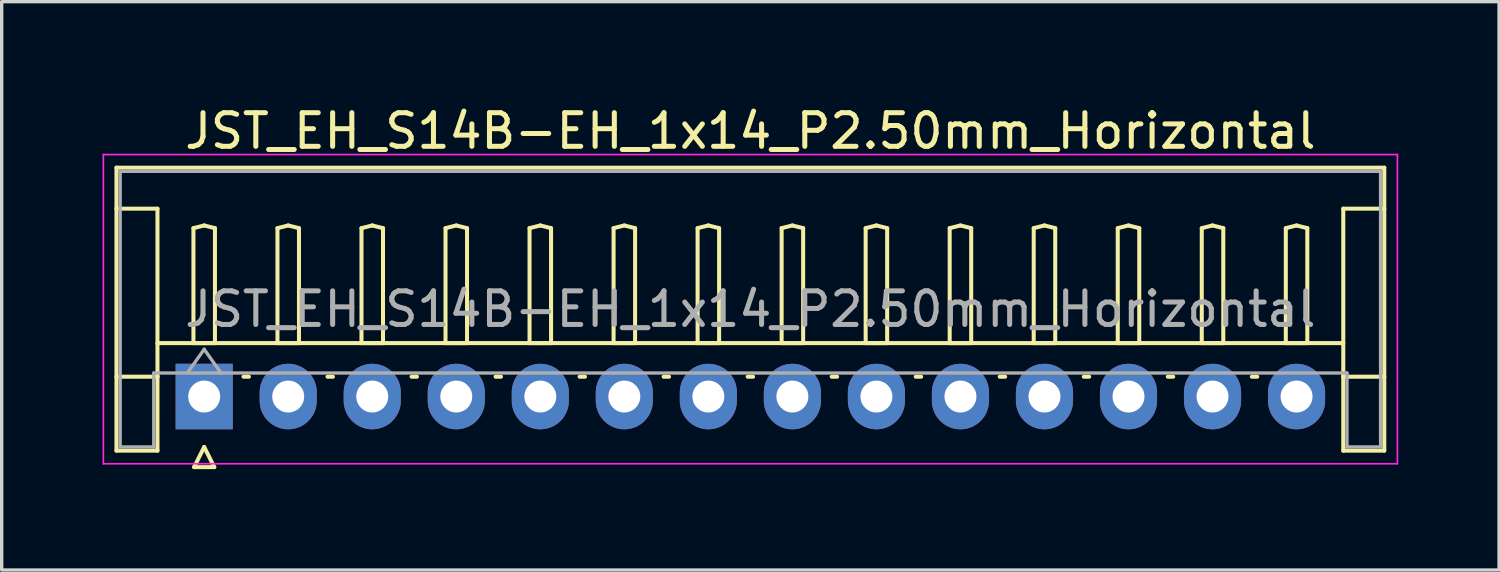
<source format=kicad_pcb>
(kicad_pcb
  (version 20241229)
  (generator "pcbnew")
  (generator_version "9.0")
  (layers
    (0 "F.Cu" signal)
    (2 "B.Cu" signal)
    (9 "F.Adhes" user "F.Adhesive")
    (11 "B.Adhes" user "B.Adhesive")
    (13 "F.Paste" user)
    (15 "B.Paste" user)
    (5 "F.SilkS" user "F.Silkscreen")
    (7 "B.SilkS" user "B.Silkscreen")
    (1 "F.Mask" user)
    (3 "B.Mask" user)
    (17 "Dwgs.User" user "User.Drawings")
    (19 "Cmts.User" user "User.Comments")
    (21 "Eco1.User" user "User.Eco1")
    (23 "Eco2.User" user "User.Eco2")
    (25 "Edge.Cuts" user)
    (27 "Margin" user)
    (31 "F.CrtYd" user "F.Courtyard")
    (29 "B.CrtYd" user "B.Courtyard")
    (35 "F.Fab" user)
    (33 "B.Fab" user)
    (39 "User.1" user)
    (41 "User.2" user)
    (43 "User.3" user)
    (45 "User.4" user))
  (footprint "JST_EH_S14B-EH_1x14_P2.50mm_Horizontal"
    (layer "F.Cu")
    (at 3.025 8.748)
    (property "Reference" "JST_EH_S14B-EH_1x14_P2.50mm_Horizontal" (at 16.25 -7.9 0) (layer "F.SilkS") (effects (font (size 1 1) (thickness 0.15))))
    (attr through_hole)
    (fp_line (start -2.61 -6.81) (end 35.11 -6.81) (stroke (width 0.12) (type solid)) (layer "F.SilkS"))
    (fp_line (start -2.61 -5.59) (end -1.39 -5.59) (stroke (width 0.12) (type solid)) (layer "F.SilkS"))
    (fp_line (start -2.61 1.61) (end -2.61 -6.81) (stroke (width 0.12) (type solid)) (layer "F.SilkS"))
    (fp_line (start -1.39 -5.59) (end -1.39 -0.59) (stroke (width 0.12) (type solid)) (layer "F.SilkS"))
    (fp_line (start -1.39 -1.59) (end 33.89 -1.59) (stroke (width 0.12) (type solid)) (layer "F.SilkS"))
    (fp_line (start -1.39 -0.59) (end -2.61 -0.59) (stroke (width 0.12) (type solid)) (layer "F.SilkS"))
    (fp_line (start -1.39 -0.59) (end -1.39 1.61) (stroke (width 0.12) (type solid)) (layer "F.SilkS"))
    (fp_line (start -1.39 1.61) (end -2.61 1.61) (stroke (width 0.12) (type solid)) (layer "F.SilkS"))
    (fp_line (start -0.32 -5.01) (end 0 -5.09) (stroke (width 0.12) (type solid)) (layer "F.SilkS"))
    (fp_line (start -0.32 -1.59) (end -0.32 -5.01) (stroke (width 0.12) (type solid)) (layer "F.SilkS"))
    (fp_line (start -0.3 2.1) (end 0.3 2.1) (stroke (width 0.12) (type solid)) (layer "F.SilkS"))
    (fp_line (start 0 -5.09) (end 0.32 -5.01) (stroke (width 0.12) (type solid)) (layer "F.SilkS"))
    (fp_line (start 0 -1.59) (end -0.32 -1.59) (stroke (width 0.12) (type solid)) (layer "F.SilkS"))
    (fp_line (start 0 1.5) (end -0.3 2.1) (stroke (width 0.12) (type solid)) (layer "F.SilkS"))
    (fp_line (start 0.3 2.1) (end 0 1.5) (stroke (width 0.12) (type solid)) (layer "F.SilkS"))
    (fp_line (start 0.32 -5.01) (end 0.32 -1.59) (stroke (width 0.12) (type solid)) (layer "F.SilkS"))
    (fp_line (start 0.32 -1.59) (end 0 -1.59) (stroke (width 0.12) (type solid)) (layer "F.SilkS"))
    (fp_line (start 1.17 -0.59) (end 1.33 -0.59) (stroke (width 0.12) (type solid)) (layer "F.SilkS"))
    (fp_line (start 2.18 -5.01) (end 2.5 -5.09) (stroke (width 0.12) (type solid)) (layer "F.SilkS"))
    (fp_line (start 2.18 -1.59) (end 2.18 -5.01) (stroke (width 0.12) (type solid)) (layer "F.SilkS"))
    (fp_line (start 2.5 -5.09) (end 2.82 -5.01) (stroke (width 0.12) (type solid)) (layer "F.SilkS"))
    (fp_line (start 2.5 -1.59) (end 2.18 -1.59) (stroke (width 0.12) (type solid)) (layer "F.SilkS"))
    (fp_line (start 2.82 -5.01) (end 2.82 -1.59) (stroke (width 0.12) (type solid)) (layer "F.SilkS"))
    (fp_line (start 2.82 -1.59) (end 2.5 -1.59) (stroke (width 0.12) (type solid)) (layer "F.SilkS"))
    (fp_line (start 3.67 -0.59) (end 3.83 -0.59) (stroke (width 0.12) (type solid)) (layer "F.SilkS"))
    (fp_line (start 4.68 -5.01) (end 5 -5.09) (stroke (width 0.12) (type solid)) (layer "F.SilkS"))
    (fp_line (start 4.68 -1.59) (end 4.68 -5.01) (stroke (width 0.12) (type solid)) (layer "F.SilkS"))
    (fp_line (start 5 -5.09) (end 5.32 -5.01) (stroke (width 0.12) (type solid)) (layer "F.SilkS"))
    (fp_line (start 5 -1.59) (end 4.68 -1.59) (stroke (width 0.12) (type solid)) (layer "F.SilkS"))
    (fp_line (start 5.32 -5.01) (end 5.32 -1.59) (stroke (width 0.12) (type solid)) (layer "F.SilkS"))
    (fp_line (start 5.32 -1.59) (end 5 -1.59) (stroke (width 0.12) (type solid)) (layer "F.SilkS"))
    (fp_line (start 6.17 -0.59) (end 6.33 -0.59) (stroke (width 0.12) (type solid)) (layer "F.SilkS"))
    (fp_line (start 7.18 -5.01) (end 7.5 -5.09) (stroke (width 0.12) (type solid)) (layer "F.SilkS"))
    (fp_line (start 7.18 -1.59) (end 7.18 -5.01) (stroke (width 0.12) (type solid)) (layer "F.SilkS"))
    (fp_line (start 7.5 -5.09) (end 7.82 -5.01) (stroke (width 0.12) (type solid)) (layer "F.SilkS"))
    (fp_line (start 7.5 -1.59) (end 7.18 -1.59) (stroke (width 0.12) (type solid)) (layer "F.SilkS"))
    (fp_line (start 7.82 -5.01) (end 7.82 -1.59) (stroke (width 0.12) (type solid)) (layer "F.SilkS"))
    (fp_line (start 7.82 -1.59) (end 7.5 -1.59) (stroke (width 0.12) (type solid)) (layer "F.SilkS"))
    (fp_line (start 8.67 -0.59) (end 8.83 -0.59) (stroke (width 0.12) (type solid)) (layer "F.SilkS"))
    (fp_line (start 9.68 -5.01) (end 10 -5.09) (stroke (width 0.12) (type solid)) (layer "F.SilkS"))
    (fp_line (start 9.68 -1.59) (end 9.68 -5.01) (stroke (width 0.12) (type solid)) (layer "F.SilkS"))
    (fp_line (start 10 -5.09) (end 10.32 -5.01) (stroke (width 0.12) (type solid)) (layer "F.SilkS"))
    (fp_line (start 10 -1.59) (end 9.68 -1.59) (stroke (width 0.12) (type solid)) (layer "F.SilkS"))
    (fp_line (start 10.32 -5.01) (end 10.32 -1.59) (stroke (width 0.12) (type solid)) (layer "F.SilkS"))
    (fp_line (start 10.32 -1.59) (end 10 -1.59) (stroke (width 0.12) (type solid)) (layer "F.SilkS"))
    (fp_line (start 11.17 -0.59) (end 11.33 -0.59) (stroke (width 0.12) (type solid)) (layer "F.SilkS"))
    (fp_line (start 12.18 -5.01) (end 12.5 -5.09) (stroke (width 0.12) (type solid)) (layer "F.SilkS"))
    (fp_line (start 12.18 -1.59) (end 12.18 -5.01) (stroke (width 0.12) (type solid)) (layer "F.SilkS"))
    (fp_line (start 12.5 -5.09) (end 12.82 -5.01) (stroke (width 0.12) (type solid)) (layer "F.SilkS"))
    (fp_line (start 12.5 -1.59) (end 12.18 -1.59) (stroke (width 0.12) (type solid)) (layer "F.SilkS"))
    (fp_line (start 12.82 -5.01) (end 12.82 -1.59) (stroke (width 0.12) (type solid)) (layer "F.SilkS"))
    (fp_line (start 12.82 -1.59) (end 12.5 -1.59) (stroke (width 0.12) (type solid)) (layer "F.SilkS"))
    (fp_line (start 13.67 -0.59) (end 13.83 -0.59) (stroke (width 0.12) (type solid)) (layer "F.SilkS"))
    (fp_line (start 14.68 -5.01) (end 15 -5.09) (stroke (width 0.12) (type solid)) (layer "F.SilkS"))
    (fp_line (start 14.68 -1.59) (end 14.68 -5.01) (stroke (width 0.12) (type solid)) (layer "F.SilkS"))
    (fp_line (start 15 -5.09) (end 15.32 -5.01) (stroke (width 0.12) (type solid)) (layer "F.SilkS"))
    (fp_line (start 15 -1.59) (end 14.68 -1.59) (stroke (width 0.12) (type solid)) (layer "F.SilkS"))
    (fp_line (start 15.32 -5.01) (end 15.32 -1.59) (stroke (width 0.12) (type solid)) (layer "F.SilkS"))
    (fp_line (start 15.32 -1.59) (end 15 -1.59) (stroke (width 0.12) (type solid)) (layer "F.SilkS"))
    (fp_line (start 16.17 -0.59) (end 16.33 -0.59) (stroke (width 0.12) (type solid)) (layer "F.SilkS"))
    (fp_line (start 17.18 -5.01) (end 17.5 -5.09) (stroke (width 0.12) (type solid)) (layer "F.SilkS"))
    (fp_line (start 17.18 -1.59) (end 17.18 -5.01) (stroke (width 0.12) (type solid)) (layer "F.SilkS"))
    (fp_line (start 17.5 -5.09) (end 17.82 -5.01) (stroke (width 0.12) (type solid)) (layer "F.SilkS"))
    (fp_line (start 17.5 -1.59) (end 17.18 -1.59) (stroke (width 0.12) (type solid)) (layer "F.SilkS"))
    (fp_line (start 17.82 -5.01) (end 17.82 -1.59) (stroke (width 0.12) (type solid)) (layer "F.SilkS"))
    (fp_line (start 17.82 -1.59) (end 17.5 -1.59) (stroke (width 0.12) (type solid)) (layer "F.SilkS"))
    (fp_line (start 18.67 -0.59) (end 18.83 -0.59) (stroke (width 0.12) (type solid)) (layer "F.SilkS"))
    (fp_line (start 19.68 -5.01) (end 20 -5.09) (stroke (width 0.12) (type solid)) (layer "F.SilkS"))
    (fp_line (start 19.68 -1.59) (end 19.68 -5.01) (stroke (width 0.12) (type solid)) (layer "F.SilkS"))
    (fp_line (start 20 -5.09) (end 20.32 -5.01) (stroke (width 0.12) (type solid)) (layer "F.SilkS"))
    (fp_line (start 20 -1.59) (end 19.68 -1.59) (stroke (width 0.12) (type solid)) (layer "F.SilkS"))
    (fp_line (start 20.32 -5.01) (end 20.32 -1.59) (stroke (width 0.12) (type solid)) (layer "F.SilkS"))
    (fp_line (start 20.32 -1.59) (end 20 -1.59) (stroke (width 0.12) (type solid)) (layer "F.SilkS"))
    (fp_line (start 21.17 -0.59) (end 21.33 -0.59) (stroke (width 0.12) (type solid)) (layer "F.SilkS"))
    (fp_line (start 22.18 -5.01) (end 22.5 -5.09) (stroke (width 0.12) (type solid)) (layer "F.SilkS"))
    (fp_line (start 22.18 -1.59) (end 22.18 -5.01) (stroke (width 0.12) (type solid)) (layer "F.SilkS"))
    (fp_line (start 22.5 -5.09) (end 22.82 -5.01) (stroke (width 0.12) (type solid)) (layer "F.SilkS"))
    (fp_line (start 22.5 -1.59) (end 22.18 -1.59) (stroke (width 0.12) (type solid)) (layer "F.SilkS"))
    (fp_line (start 22.82 -5.01) (end 22.82 -1.59) (stroke (width 0.12) (type solid)) (layer "F.SilkS"))
    (fp_line (start 22.82 -1.59) (end 22.5 -1.59) (stroke (width 0.12) (type solid)) (layer "F.SilkS"))
    (fp_line (start 23.67 -0.59) (end 23.83 -0.59) (stroke (width 0.12) (type solid)) (layer "F.SilkS"))
    (fp_line (start 24.68 -5.01) (end 25 -5.09) (stroke (width 0.12) (type solid)) (layer "F.SilkS"))
    (fp_line (start 24.68 -1.59) (end 24.68 -5.01) (stroke (width 0.12) (type solid)) (layer "F.SilkS"))
    (fp_line (start 25 -5.09) (end 25.32 -5.01) (stroke (width 0.12) (type solid)) (layer "F.SilkS"))
    (fp_line (start 25 -1.59) (end 24.68 -1.59) (stroke (width 0.12) (type solid)) (layer "F.SilkS"))
    (fp_line (start 25.32 -5.01) (end 25.32 -1.59) (stroke (width 0.12) (type solid)) (layer "F.SilkS"))
    (fp_line (start 25.32 -1.59) (end 25 -1.59) (stroke (width 0.12) (type solid)) (layer "F.SilkS"))
    (fp_line (start 26.17 -0.59) (end 26.33 -0.59) (stroke (width 0.12) (type solid)) (layer "F.SilkS"))
    (fp_line (start 27.18 -5.01) (end 27.5 -5.09) (stroke (width 0.12) (type solid)) (layer "F.SilkS"))
    (fp_line (start 27.18 -1.59) (end 27.18 -5.01) (stroke (width 0.12) (type solid)) (layer "F.SilkS"))
    (fp_line (start 27.5 -5.09) (end 27.82 -5.01) (stroke (width 0.12) (type solid)) (layer "F.SilkS"))
    (fp_line (start 27.5 -1.59) (end 27.18 -1.59) (stroke (width 0.12) (type solid)) (layer "F.SilkS"))
    (fp_line (start 27.82 -5.01) (end 27.82 -1.59) (stroke (width 0.12) (type solid)) (layer "F.SilkS"))
    (fp_line (start 27.82 -1.59) (end 27.5 -1.59) (stroke (width 0.12) (type solid)) (layer "F.SilkS"))
    (fp_line (start 28.67 -0.59) (end 28.83 -0.59) (stroke (width 0.12) (type solid)) (layer "F.SilkS"))
    (fp_line (start 29.68 -5.01) (end 30 -5.09) (stroke (width 0.12) (type solid)) (layer "F.SilkS"))
    (fp_line (start 29.68 -1.59) (end 29.68 -5.01) (stroke (width 0.12) (type solid)) (layer "F.SilkS"))
    (fp_line (start 30 -5.09) (end 30.32 -5.01) (stroke (width 0.12) (type solid)) (layer "F.SilkS"))
    (fp_line (start 30 -1.59) (end 29.68 -1.59) (stroke (width 0.12) (type solid)) (layer "F.SilkS"))
    (fp_line (start 30.32 -5.01) (end 30.32 -1.59) (stroke (width 0.12) (type solid)) (layer "F.SilkS"))
    (fp_line (start 30.32 -1.59) (end 30 -1.59) (stroke (width 0.12) (type solid)) (layer "F.SilkS"))
    (fp_line (start 31.17 -0.59) (end 31.33 -0.59) (stroke (width 0.12) (type solid)) (layer "F.SilkS"))
    (fp_line (start 32.18 -5.01) (end 32.5 -5.09) (stroke (width 0.12) (type solid)) (layer "F.SilkS"))
    (fp_line (start 32.18 -1.59) (end 32.18 -5.01) (stroke (width 0.12) (type solid)) (layer "F.SilkS"))
    (fp_line (start 32.5 -5.09) (end 32.82 -5.01) (stroke (width 0.12) (type solid)) (layer "F.SilkS"))
    (fp_line (start 32.5 -1.59) (end 32.18 -1.59) (stroke (width 0.12) (type solid)) (layer "F.SilkS"))
    (fp_line (start 32.82 -5.01) (end 32.82 -1.59) (stroke (width 0.12) (type solid)) (layer "F.SilkS"))
    (fp_line (start 32.82 -1.59) (end 32.5 -1.59) (stroke (width 0.12) (type solid)) (layer "F.SilkS"))
    (fp_line (start 33.89 -5.59) (end 33.89 -0.59) (stroke (width 0.12) (type solid)) (layer "F.SilkS"))
    (fp_line (start 33.89 -0.59) (end 35.11 -0.59) (stroke (width 0.12) (type solid)) (layer "F.SilkS"))
    (fp_line (start 33.89 1.61) (end 33.89 -0.59) (stroke (width 0.12) (type solid)) (layer "F.SilkS"))
    (fp_line (start 35.11 -6.81) (end 35.11 1.61) (stroke (width 0.12) (type solid)) (layer "F.SilkS"))
    (fp_line (start 35.11 -5.59) (end 33.89 -5.59) (stroke (width 0.12) (type solid)) (layer "F.SilkS"))
    (fp_line (start 35.11 1.61) (end 33.89 1.61) (stroke (width 0.12) (type solid)) (layer "F.SilkS"))
    (fp_line (start -3 -7.2) (end -3 2) (stroke (width 0.05) (type solid)) (layer "F.CrtYd"))
    (fp_line (start -3 2) (end 35.5 2) (stroke (width 0.05) (type solid)) (layer "F.CrtYd"))
    (fp_line (start 35.5 -7.2) (end -3 -7.2) (stroke (width 0.05) (type solid)) (layer "F.CrtYd"))
    (fp_line (start 35.5 2) (end 35.5 -7.2) (stroke (width 0.05) (type solid)) (layer "F.CrtYd"))
    (fp_line (start -2.5 -6.7) (end 35 -6.7) (stroke (width 0.1) (type solid)) (layer "F.Fab"))
    (fp_line (start -2.5 1.5) (end -2.5 -6.7) (stroke (width 0.1) (type solid)) (layer "F.Fab"))
    (fp_line (start -1.5 -0.7) (end -1.5 1.5) (stroke (width 0.1) (type solid)) (layer "F.Fab"))
    (fp_line (start -1.5 1.5) (end -2.5 1.5) (stroke (width 0.1) (type solid)) (layer "F.Fab"))
    (fp_line (start -0.5 -0.7) (end 0 -1.407) (stroke (width 0.1) (type solid)) (layer "F.Fab"))
    (fp_line (start 0 -1.407) (end 0.5 -0.7) (stroke (width 0.1) (type solid)) (layer "F.Fab"))
    (fp_line (start 34 -0.7) (end -1.5 -0.7) (stroke (width 0.1) (type solid)) (layer "F.Fab"))
    (fp_line (start 34 1.5) (end 34 -0.7) (stroke (width 0.1) (type solid)) (layer "F.Fab"))
    (fp_line (start 35 -6.7) (end 35 1.5) (stroke (width 0.1) (type solid)) (layer "F.Fab"))
    (fp_line (start 35 1.5) (end 34 1.5) (stroke (width 0.1) (type solid)) (layer "F.Fab"))
    (fp_text user "${REFERENCE}" (at 16.25 -2.6 0) (layer "F.Fab") (effects (font (size 1 1) (thickness 0.15))))
    (pad "1" thru_hole rect (at 0 0) (size 1.7 1.95) (drill 0.95) (layers "*.Cu" "*.Mask"))
    (pad "2" thru_hole oval (at 2.5 0) (size 1.7 1.95) (drill 0.95) (layers "*.Cu" "*.Mask"))
    (pad "3" thru_hole oval (at 5 0) (size 1.7 1.95) (drill 0.95) (layers "*.Cu" "*.Mask"))
    (pad "4" thru_hole oval (at 7.5 0) (size 1.7 1.95) (drill 0.95) (layers "*.Cu" "*.Mask"))
    (pad "5" thru_hole oval (at 10 0) (size 1.7 1.95) (drill 0.95) (layers "*.Cu" "*.Mask"))
    (pad "6" thru_hole oval (at 12.5 0) (size 1.7 1.95) (drill 0.95) (layers "*.Cu" "*.Mask"))
    (pad "7" thru_hole oval (at 15 0) (size 1.7 1.95) (drill 0.95) (layers "*.Cu" "*.Mask"))
    (pad "8" thru_hole oval (at 17.5 0) (size 1.7 1.95) (drill 0.95) (layers "*.Cu" "*.Mask"))
    (pad "9" thru_hole oval (at 20 0) (size 1.7 1.95) (drill 0.95) (layers "*.Cu" "*.Mask"))
    (pad "10" thru_hole oval (at 22.5 0) (size 1.7 1.95) (drill 0.95) (layers "*.Cu" "*.Mask"))
    (pad "11" thru_hole oval (at 25 0) (size 1.7 1.95) (drill 0.95) (layers "*.Cu" "*.Mask"))
    (pad "12" thru_hole oval (at 27.5 0) (size 1.7 1.95) (drill 0.95) (layers "*.Cu" "*.Mask"))
    (pad "13" thru_hole oval (at 30 0) (size 1.7 1.95) (drill 0.95) (layers "*.Cu" "*.Mask"))
    (pad "14" thru_hole oval (at 32.5 0) (size 1.7 1.95) (drill 0.95) (layers "*.Cu" "*.Mask")))
  (gr_rect
    (start -3 -3)
    (end 41.55 13.908)
    (stroke (width 0.1) (type default))
    (fill no)
    (layer "Edge.Cuts")))
</source>
